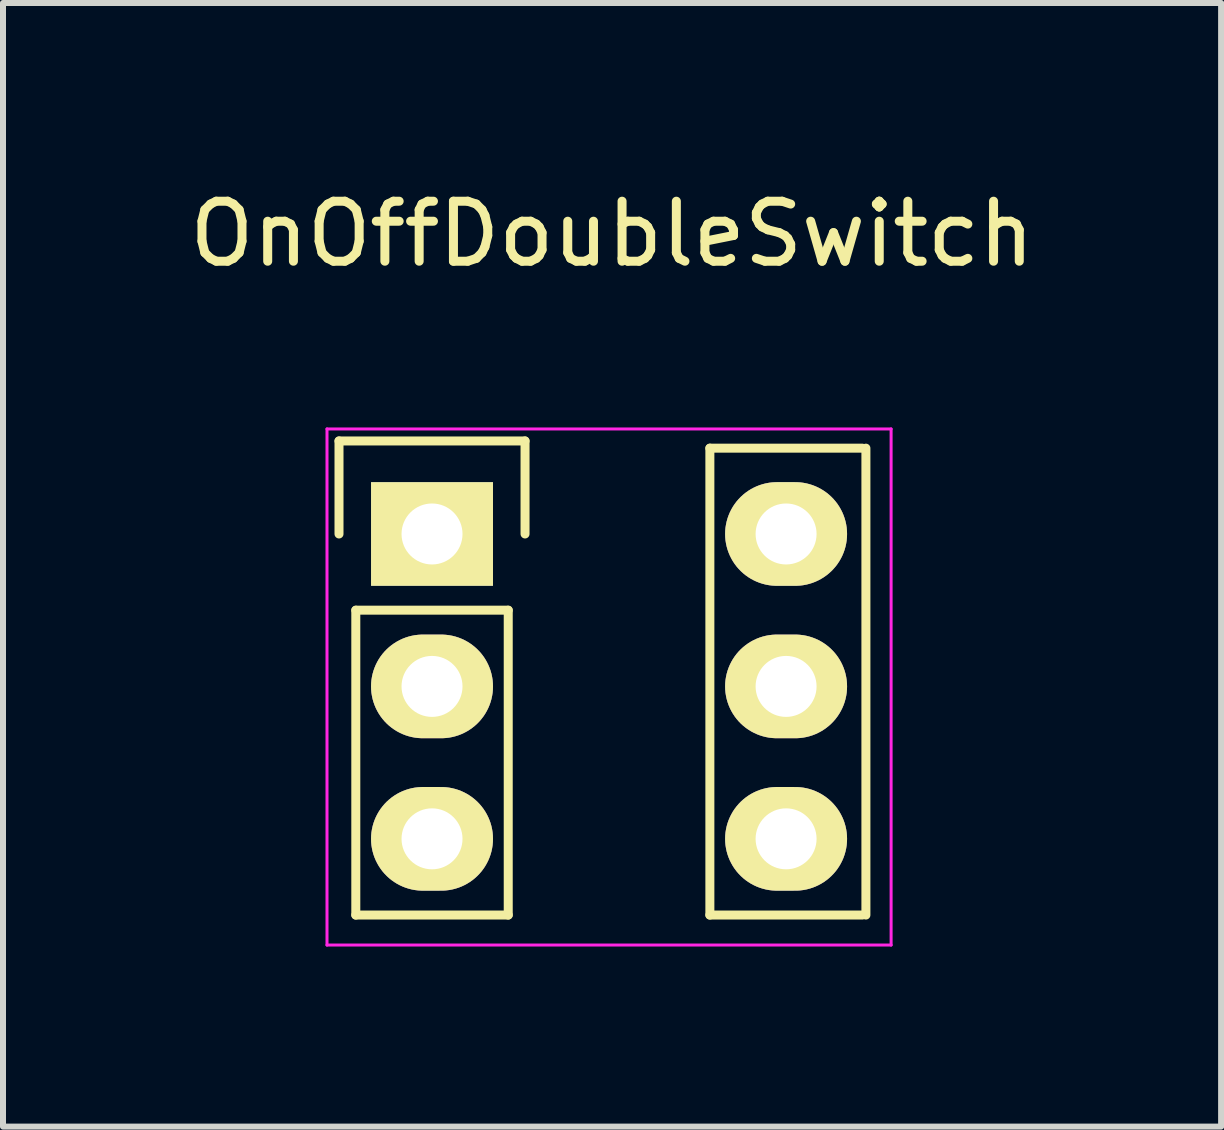
<source format=kicad_pcb>
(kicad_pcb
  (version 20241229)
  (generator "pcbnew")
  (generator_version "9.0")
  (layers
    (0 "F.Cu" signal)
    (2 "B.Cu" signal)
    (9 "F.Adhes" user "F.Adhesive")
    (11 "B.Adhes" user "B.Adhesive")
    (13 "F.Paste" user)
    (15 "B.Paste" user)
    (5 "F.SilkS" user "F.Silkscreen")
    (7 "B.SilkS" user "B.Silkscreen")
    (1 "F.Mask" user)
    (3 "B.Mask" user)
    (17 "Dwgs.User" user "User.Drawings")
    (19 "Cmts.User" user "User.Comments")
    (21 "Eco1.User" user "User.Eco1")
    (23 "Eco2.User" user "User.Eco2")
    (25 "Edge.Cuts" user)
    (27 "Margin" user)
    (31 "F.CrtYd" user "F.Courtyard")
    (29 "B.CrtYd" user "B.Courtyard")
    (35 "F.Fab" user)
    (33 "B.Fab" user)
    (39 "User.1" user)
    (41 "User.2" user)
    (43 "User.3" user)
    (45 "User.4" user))
  (footprint "OnOffDoubleSwitch"
    (layer "F.Cu")
    (at 7.149 5.948)
    (property "Reference" "OnOffDoubleSwitch" (at 0 -5.1 0) (layer "F.SilkS") (effects (font (size 1 1) (thickness 0.15))))
    (attr through_hole)
    (fp_line (start -4.55 -1.65) (end -1.45 -1.65) (stroke (width 0.15) (type solid)) (layer "F.SilkS"))
    (fp_line (start -4.55 -0.1) (end -4.55 -1.65) (stroke (width 0.15) (type solid)) (layer "F.SilkS"))
    (fp_line (start -4.27 1.17) (end -4.27 6.25) (stroke (width 0.15) (type solid)) (layer "F.SilkS"))
    (fp_line (start -4.27 6.25) (end -1.73 6.25) (stroke (width 0.15) (type solid)) (layer "F.SilkS"))
    (fp_line (start -1.73 1.17) (end -4.27 1.17) (stroke (width 0.15) (type solid)) (layer "F.SilkS"))
    (fp_line (start -1.73 6.25) (end -1.73 1.17) (stroke (width 0.15) (type solid)) (layer "F.SilkS"))
    (fp_line (start -1.45 -1.65) (end -1.45 -0.1) (stroke (width 0.15) (type solid)) (layer "F.SilkS"))
    (fp_line (start 1.63 -1.53) (end 1.63 6.25) (stroke (width 0.15) (type solid)) (layer "F.SilkS"))
    (fp_line (start 1.63 6.25) (end 4.17 6.25) (stroke (width 0.15) (type solid)) (layer "F.SilkS"))
    (fp_line (start 4.17 -1.53) (end 1.63 -1.53) (stroke (width 0.15) (type solid)) (layer "F.SilkS"))
    (fp_line (start 4.23 -1.53) (end 4.23 6.25) (stroke (width 0.15) (type solid)) (layer "F.SilkS"))
    (fp_line (start -4.75 -1.85) (end -4.75 6.75) (stroke (width 0.05) (type solid)) (layer "F.CrtYd"))
    (fp_line (start -4.75 -1.85) (end 4.65 -1.85) (stroke (width 0.05) (type solid)) (layer "F.CrtYd"))
    (fp_line (start -4.75 6.75) (end 4.65 6.75) (stroke (width 0.05) (type solid)) (layer "F.CrtYd"))
    (fp_line (start 4.65 -1.85) (end 4.65 6.75) (stroke (width 0.05) (type solid)) (layer "F.CrtYd"))
    (pad "1" thru_hole rect (at -3 -0.1) (size 2.032 1.727) (drill 1.016) (layers "*.Cu" "*.Mask" "F.SilkS"))
    (pad "2" thru_hole oval (at -3 2.44) (size 2.032 1.727) (drill 1.016) (layers "*.Cu" "*.Mask" "F.SilkS"))
    (pad "3" thru_hole oval (at -3 4.98) (size 2.032 1.727) (drill 1.016) (layers "*.Cu" "*.Mask" "F.SilkS"))
    (pad "4" thru_hole oval (at 2.9 4.98) (size 2.032 1.727) (drill 1.016) (layers "*.Cu" "*.Mask" "F.SilkS"))
    (pad "5" thru_hole oval (at 2.9 2.44) (size 2.032 1.727) (drill 1.016) (layers "*.Cu" "*.Mask" "F.SilkS"))
    (pad "6" thru_hole oval (at 2.9 -0.1) (size 2.032 1.727) (drill 1.016) (layers "*.Cu" "*.Mask" "F.SilkS")))
  (gr_rect
    (start -3 -3)
    (end 17.298 15.723)
    (stroke (width 0.1) (type default))
    (fill no)
    (layer "Edge.Cuts")))
</source>
